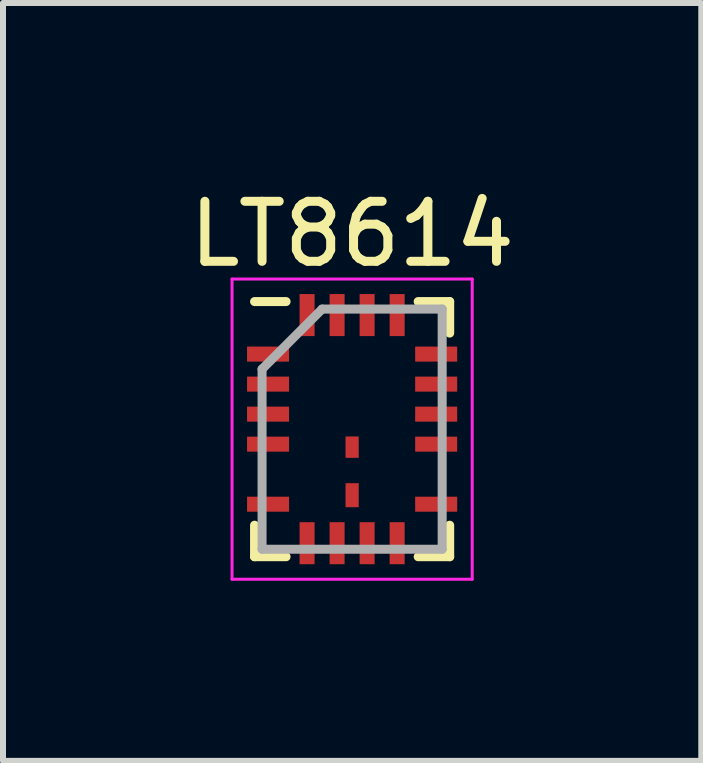
<source format=kicad_pcb>
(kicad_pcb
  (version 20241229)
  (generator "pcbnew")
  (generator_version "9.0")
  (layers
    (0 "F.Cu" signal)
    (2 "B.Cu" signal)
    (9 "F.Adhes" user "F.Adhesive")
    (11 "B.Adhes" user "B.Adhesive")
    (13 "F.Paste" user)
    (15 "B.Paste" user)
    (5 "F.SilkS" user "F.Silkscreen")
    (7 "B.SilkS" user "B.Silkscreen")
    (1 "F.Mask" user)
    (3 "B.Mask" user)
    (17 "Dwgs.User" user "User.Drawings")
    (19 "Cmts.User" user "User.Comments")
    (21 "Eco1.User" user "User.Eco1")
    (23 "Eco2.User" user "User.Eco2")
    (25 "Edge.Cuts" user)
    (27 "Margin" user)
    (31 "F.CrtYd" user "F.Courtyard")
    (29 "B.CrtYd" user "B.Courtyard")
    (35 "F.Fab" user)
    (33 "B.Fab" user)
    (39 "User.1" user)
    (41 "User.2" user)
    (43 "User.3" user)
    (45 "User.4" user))
  (footprint "LT8614"
    (layer "F.Cu")
    (at 2.815 4.098)
    (property "Reference" "LT8614" (at 0 -3.25 0) (layer "F.SilkS") (effects (font (size 1 1) (thickness 0.15))))
    (attr smd)
    (fp_line (start -1.625 -2.125) (end -1.1 -2.125) (stroke (width 0.15) (type solid)) (layer "F.SilkS"))
    (fp_line (start -1.625 2.125) (end -1.625 1.6) (stroke (width 0.15) (type solid)) (layer "F.SilkS"))
    (fp_line (start -1.625 2.125) (end -1.1 2.125) (stroke (width 0.15) (type solid)) (layer "F.SilkS"))
    (fp_line (start 1.625 -2.125) (end 1.1 -2.125) (stroke (width 0.15) (type solid)) (layer "F.SilkS"))
    (fp_line (start 1.625 -2.125) (end 1.625 -1.6) (stroke (width 0.15) (type solid)) (layer "F.SilkS"))
    (fp_line (start 1.625 2.125) (end 1.1 2.125) (stroke (width 0.15) (type solid)) (layer "F.SilkS"))
    (fp_line (start 1.625 2.125) (end 1.625 1.6) (stroke (width 0.15) (type solid)) (layer "F.SilkS"))
    (fp_line (start -2 -2.5) (end -2 2.5) (stroke (width 0.05) (type solid)) (layer "F.CrtYd"))
    (fp_line (start -2 -2.5) (end 2 -2.5) (stroke (width 0.05) (type solid)) (layer "F.CrtYd"))
    (fp_line (start -2 2.5) (end 2 2.5) (stroke (width 0.05) (type solid)) (layer "F.CrtYd"))
    (fp_line (start 2 -2.5) (end 2 2.5) (stroke (width 0.05) (type solid)) (layer "F.CrtYd"))
    (fp_line (start -1.5 -1) (end -0.5 -2) (stroke (width 0.15) (type solid)) (layer "F.Fab"))
    (fp_line (start -1.5 2) (end -1.5 -1) (stroke (width 0.15) (type solid)) (layer "F.Fab"))
    (fp_line (start -0.5 -2) (end 1.5 -2) (stroke (width 0.15) (type solid)) (layer "F.Fab"))
    (fp_line (start 1.5 -2) (end 1.5 2) (stroke (width 0.15) (type solid)) (layer "F.Fab"))
    (fp_line (start 1.5 2) (end -1.5 2) (stroke (width 0.15) (type solid)) (layer "F.Fab"))
    (pad "1" smd rect (at -1.4 -1.25) (size 0.7 0.25) (layers "F.Cu" "F.Mask" "F.Paste"))
    (pad "2" smd rect (at -1.4 -0.75) (size 0.7 0.25) (layers "F.Cu" "F.Mask" "F.Paste"))
    (pad "3" smd rect (at -1.4 -0.25) (size 0.7 0.25) (layers "F.Cu" "F.Mask" "F.Paste"))
    (pad "4" smd rect (at -1.4 0.25) (size 0.7 0.25) (layers "F.Cu" "F.Mask" "F.Paste"))
    (pad "6" smd rect (at -1.4 1.25) (size 0.7 0.25) (layers "F.Cu" "F.Mask" "F.Paste"))
    (pad "7" smd rect (at -0.75 1.9 90) (size 0.7 0.25) (layers "F.Cu" "F.Mask" "F.Paste"))
    (pad "8" smd rect (at -0.25 1.9 90) (size 0.7 0.25) (layers "F.Cu" "F.Mask" "F.Paste"))
    (pad "9" smd rect (at 0.25 1.9 90) (size 0.7 0.25) (layers "F.Cu" "F.Mask" "F.Paste"))
    (pad "10" smd rect (at 0.75 1.9 90) (size 0.7 0.25) (layers "F.Cu" "F.Mask" "F.Paste"))
    (pad "11" smd rect (at 1.4 1.25) (size 0.7 0.25) (layers "F.Cu" "F.Mask" "F.Paste"))
    (pad "13" smd rect (at 1.4 0.25) (size 0.7 0.25) (layers "F.Cu" "F.Mask" "F.Paste"))
    (pad "14" smd rect (at 1.4 -0.25) (size 0.7 0.25) (layers "F.Cu" "F.Mask" "F.Paste"))
    (pad "15" smd rect (at 1.4 -0.75) (size 0.7 0.25) (layers "F.Cu" "F.Mask" "F.Paste"))
    (pad "16" smd rect (at 1.4 -1.25) (size 0.7 0.25) (layers "F.Cu" "F.Mask" "F.Paste"))
    (pad "17" smd rect (at 0.75 -1.9 90) (size 0.7 0.25) (layers "F.Cu" "F.Mask" "F.Paste"))
    (pad "18" smd rect (at 0.25 -1.9 90) (size 0.7 0.25) (layers "F.Cu" "F.Mask" "F.Paste"))
    (pad "19" smd rect (at -0.25 -1.9 90) (size 0.7 0.25) (layers "F.Cu" "F.Mask" "F.Paste"))
    (pad "20" smd rect (at -0.75 -1.9 90) (size 0.7 0.25) (layers "F.Cu" "F.Mask" "F.Paste"))
    (pad "21" smd rect (at 0 1.1) (size 0.22 0.4) (layers "F.Cu" "F.Mask" "F.Paste"))
    (pad "22" smd rect (at 0 0.3) (size 0.22 0.356) (layers "F.Cu" "F.Mask" "F.Paste")))
  (gr_rect
    (start -3 -3)
    (end 8.631 9.623)
    (stroke (width 0.1) (type default))
    (fill no)
    (layer "Edge.Cuts")))
</source>
